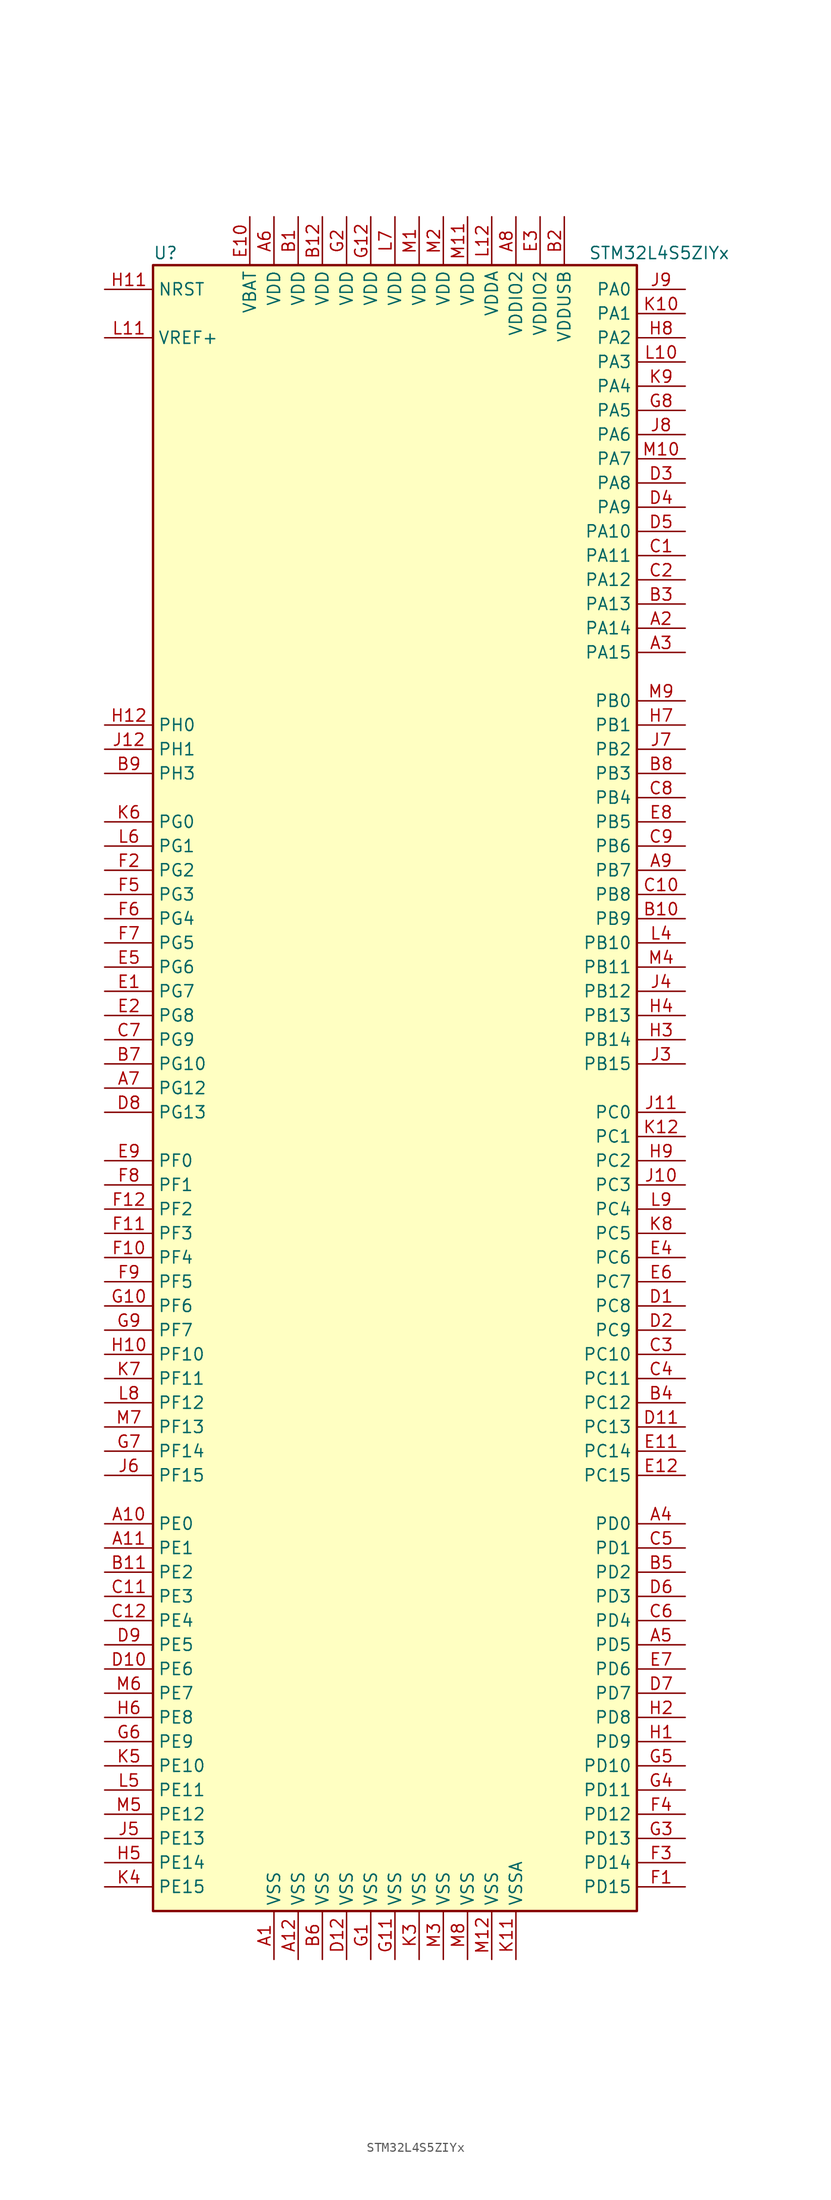
<source format=kicad_sym>
(kicad_symbol_lib
  (version 20211014)
  (generator kicad_symbol_editor)
  (symbol "STM32L4S5ZIYx"
    (property "Reference" "U"
      (at -25.4 87.63 0)
      (effects (font (size 1.27 1.27)) (justify left)))
    (property "Value" "STM32L4S5ZIYx"
      (at 20.32 87.63 0)
      (effects (font (size 1.27 1.27)) (justify left)))
    (symbol "STM32L4S5ZIYx_0_1"
      (rectangle (start -25.4 -86.36) (end 25.4 86.36) (stroke (width 0.254) (type default) (color 0 0 0 0)) (fill (type background))))
    (symbol "STM32L4S5ZIYx_1_1"
      (pin power_in line (at -12.7 -91.44 90) (length 5.08) (name "VSS" (effects (font (size 1.27 1.27)))) (number "A1" (effects (font (size 1.27 1.27)))))
      (pin bidirectional line (at -30.48 -45.72 0) (length 5.08) (name "PE0" (effects (font (size 1.27 1.27)))) (number "A10" (effects (font (size 1.27 1.27)))))
      (pin bidirectional line (at -30.48 -48.26 0) (length 5.08) (name "PE1" (effects (font (size 1.27 1.27)))) (number "A11" (effects (font (size 1.27 1.27)))))
      (pin power_in line (at -10.16 -91.44 90) (length 5.08) (name "VSS" (effects (font (size 1.27 1.27)))) (number "A12" (effects (font (size 1.27 1.27)))))
      (pin bidirectional line (at 30.48 48.26 180) (length 5.08) (name "PA14" (effects (font (size 1.27 1.27)))) (number "A2" (effects (font (size 1.27 1.27)))))
      (pin bidirectional line (at 30.48 45.72 180) (length 5.08) (name "PA15" (effects (font (size 1.27 1.27)))) (number "A3" (effects (font (size 1.27 1.27)))))
      (pin bidirectional line (at 30.48 -45.72 180) (length 5.08) (name "PD0" (effects (font (size 1.27 1.27)))) (number "A4" (effects (font (size 1.27 1.27)))))
      (pin bidirectional line (at 30.48 -58.42 180) (length 5.08) (name "PD5" (effects (font (size 1.27 1.27)))) (number "A5" (effects (font (size 1.27 1.27)))))
      (pin power_in line (at -12.7 91.44 270) (length 5.08) (name "VDD" (effects (font (size 1.27 1.27)))) (number "A6" (effects (font (size 1.27 1.27)))))
      (pin bidirectional line (at -30.48 0 0) (length 5.08) (name "PG12" (effects (font (size 1.27 1.27)))) (number "A7" (effects (font (size 1.27 1.27)))))
      (pin power_in line (at 12.7 91.44 270) (length 5.08) (name "VDDIO2" (effects (font (size 1.27 1.27)))) (number "A8" (effects (font (size 1.27 1.27)))))
      (pin bidirectional line (at 30.48 22.86 180) (length 5.08) (name "PB7" (effects (font (size 1.27 1.27)))) (number "A9" (effects (font (size 1.27 1.27)))))
      (pin power_in line (at -10.16 91.44 270) (length 5.08) (name "VDD" (effects (font (size 1.27 1.27)))) (number "B1" (effects (font (size 1.27 1.27)))))
      (pin bidirectional line (at 30.48 17.78 180) (length 5.08) (name "PB9" (effects (font (size 1.27 1.27)))) (number "B10" (effects (font (size 1.27 1.27)))))
      (pin bidirectional line (at -30.48 -50.8 0) (length 5.08) (name "PE2" (effects (font (size 1.27 1.27)))) (number "B11" (effects (font (size 1.27 1.27)))))
      (pin power_in line (at -7.62 91.44 270) (length 5.08) (name "VDD" (effects (font (size 1.27 1.27)))) (number "B12" (effects (font (size 1.27 1.27)))))
      (pin power_in line (at 17.78 91.44 270) (length 5.08) (name "VDDUSB" (effects (font (size 1.27 1.27)))) (number "B2" (effects (font (size 1.27 1.27)))))
      (pin bidirectional line (at 30.48 50.8 180) (length 5.08) (name "PA13" (effects (font (size 1.27 1.27)))) (number "B3" (effects (font (size 1.27 1.27)))))
      (pin bidirectional line (at 30.48 -33.02 180) (length 5.08) (name "PC12" (effects (font (size 1.27 1.27)))) (number "B4" (effects (font (size 1.27 1.27)))))
      (pin bidirectional line (at 30.48 -50.8 180) (length 5.08) (name "PD2" (effects (font (size 1.27 1.27)))) (number "B5" (effects (font (size 1.27 1.27)))))
      (pin power_in line (at -7.62 -91.44 90) (length 5.08) (name "VSS" (effects (font (size 1.27 1.27)))) (number "B6" (effects (font (size 1.27 1.27)))))
      (pin bidirectional line (at -30.48 2.54 0) (length 5.08) (name "PG10" (effects (font (size 1.27 1.27)))) (number "B7" (effects (font (size 1.27 1.27)))))
      (pin bidirectional line (at 30.48 33.02 180) (length 5.08) (name "PB3" (effects (font (size 1.27 1.27)))) (number "B8" (effects (font (size 1.27 1.27)))))
      (pin bidirectional line (at -30.48 33.02 0) (length 5.08) (name "PH3" (effects (font (size 1.27 1.27)))) (number "B9" (effects (font (size 1.27 1.27)))))
      (pin bidirectional line (at 30.48 55.88 180) (length 5.08) (name "PA11" (effects (font (size 1.27 1.27)))) (number "C1" (effects (font (size 1.27 1.27)))))
      (pin bidirectional line (at 30.48 20.32 180) (length 5.08) (name "PB8" (effects (font (size 1.27 1.27)))) (number "C10" (effects (font (size 1.27 1.27)))))
      (pin bidirectional line (at -30.48 -53.34 0) (length 5.08) (name "PE3" (effects (font (size 1.27 1.27)))) (number "C11" (effects (font (size 1.27 1.27)))))
      (pin bidirectional line (at -30.48 -55.88 0) (length 5.08) (name "PE4" (effects (font (size 1.27 1.27)))) (number "C12" (effects (font (size 1.27 1.27)))))
      (pin bidirectional line (at 30.48 53.34 180) (length 5.08) (name "PA12" (effects (font (size 1.27 1.27)))) (number "C2" (effects (font (size 1.27 1.27)))))
      (pin bidirectional line (at 30.48 -27.94 180) (length 5.08) (name "PC10" (effects (font (size 1.27 1.27)))) (number "C3" (effects (font (size 1.27 1.27)))))
      (pin bidirectional line (at 30.48 -30.48 180) (length 5.08) (name "PC11" (effects (font (size 1.27 1.27)))) (number "C4" (effects (font (size 1.27 1.27)))))
      (pin bidirectional line (at 30.48 -48.26 180) (length 5.08) (name "PD1" (effects (font (size 1.27 1.27)))) (number "C5" (effects (font (size 1.27 1.27)))))
      (pin bidirectional line (at 30.48 -55.88 180) (length 5.08) (name "PD4" (effects (font (size 1.27 1.27)))) (number "C6" (effects (font (size 1.27 1.27)))))
      (pin bidirectional line (at -30.48 5.08 0) (length 5.08) (name "PG9" (effects (font (size 1.27 1.27)))) (number "C7" (effects (font (size 1.27 1.27)))))
      (pin bidirectional line (at 30.48 30.48 180) (length 5.08) (name "PB4" (effects (font (size 1.27 1.27)))) (number "C8" (effects (font (size 1.27 1.27)))))
      (pin bidirectional line (at 30.48 25.4 180) (length 5.08) (name "PB6" (effects (font (size 1.27 1.27)))) (number "C9" (effects (font (size 1.27 1.27)))))
      (pin bidirectional line (at 30.48 -22.86 180) (length 5.08) (name "PC8" (effects (font (size 1.27 1.27)))) (number "D1" (effects (font (size 1.27 1.27)))))
      (pin bidirectional line (at -30.48 -60.96 0) (length 5.08) (name "PE6" (effects (font (size 1.27 1.27)))) (number "D10" (effects (font (size 1.27 1.27)))))
      (pin bidirectional line (at 30.48 -35.56 180) (length 5.08) (name "PC13" (effects (font (size 1.27 1.27)))) (number "D11" (effects (font (size 1.27 1.27)))))
      (pin power_in line (at -5.08 -91.44 90) (length 5.08) (name "VSS" (effects (font (size 1.27 1.27)))) (number "D12" (effects (font (size 1.27 1.27)))))
      (pin bidirectional line (at 30.48 -25.4 180) (length 5.08) (name "PC9" (effects (font (size 1.27 1.27)))) (number "D2" (effects (font (size 1.27 1.27)))))
      (pin bidirectional line (at 30.48 63.5 180) (length 5.08) (name "PA8" (effects (font (size 1.27 1.27)))) (number "D3" (effects (font (size 1.27 1.27)))))
      (pin bidirectional line (at 30.48 60.96 180) (length 5.08) (name "PA9" (effects (font (size 1.27 1.27)))) (number "D4" (effects (font (size 1.27 1.27)))))
      (pin bidirectional line (at 30.48 58.42 180) (length 5.08) (name "PA10" (effects (font (size 1.27 1.27)))) (number "D5" (effects (font (size 1.27 1.27)))))
      (pin bidirectional line (at 30.48 -53.34 180) (length 5.08) (name "PD3" (effects (font (size 1.27 1.27)))) (number "D6" (effects (font (size 1.27 1.27)))))
      (pin bidirectional line (at 30.48 -63.5 180) (length 5.08) (name "PD7" (effects (font (size 1.27 1.27)))) (number "D7" (effects (font (size 1.27 1.27)))))
      (pin bidirectional line (at -30.48 -2.54 0) (length 5.08) (name "PG13" (effects (font (size 1.27 1.27)))) (number "D8" (effects (font (size 1.27 1.27)))))
      (pin bidirectional line (at -30.48 -58.42 0) (length 5.08) (name "PE5" (effects (font (size 1.27 1.27)))) (number "D9" (effects (font (size 1.27 1.27)))))
      (pin bidirectional line (at -30.48 10.16 0) (length 5.08) (name "PG7" (effects (font (size 1.27 1.27)))) (number "E1" (effects (font (size 1.27 1.27)))))
      (pin power_in line (at -15.24 91.44 270) (length 5.08) (name "VBAT" (effects (font (size 1.27 1.27)))) (number "E10" (effects (font (size 1.27 1.27)))))
      (pin bidirectional line (at 30.48 -38.1 180) (length 5.08) (name "PC14" (effects (font (size 1.27 1.27)))) (number "E11" (effects (font (size 1.27 1.27)))))
      (pin bidirectional line (at 30.48 -40.64 180) (length 5.08) (name "PC15" (effects (font (size 1.27 1.27)))) (number "E12" (effects (font (size 1.27 1.27)))))
      (pin bidirectional line (at -30.48 7.62 0) (length 5.08) (name "PG8" (effects (font (size 1.27 1.27)))) (number "E2" (effects (font (size 1.27 1.27)))))
      (pin power_in line (at 15.24 91.44 270) (length 5.08) (name "VDDIO2" (effects (font (size 1.27 1.27)))) (number "E3" (effects (font (size 1.27 1.27)))))
      (pin bidirectional line (at 30.48 -17.78 180) (length 5.08) (name "PC6" (effects (font (size 1.27 1.27)))) (number "E4" (effects (font (size 1.27 1.27)))))
      (pin bidirectional line (at -30.48 12.7 0) (length 5.08) (name "PG6" (effects (font (size 1.27 1.27)))) (number "E5" (effects (font (size 1.27 1.27)))))
      (pin bidirectional line (at 30.48 -20.32 180) (length 5.08) (name "PC7" (effects (font (size 1.27 1.27)))) (number "E6" (effects (font (size 1.27 1.27)))))
      (pin bidirectional line (at 30.48 -60.96 180) (length 5.08) (name "PD6" (effects (font (size 1.27 1.27)))) (number "E7" (effects (font (size 1.27 1.27)))))
      (pin bidirectional line (at 30.48 27.94 180) (length 5.08) (name "PB5" (effects (font (size 1.27 1.27)))) (number "E8" (effects (font (size 1.27 1.27)))))
      (pin bidirectional line (at -30.48 -7.62 0) (length 5.08) (name "PF0" (effects (font (size 1.27 1.27)))) (number "E9" (effects (font (size 1.27 1.27)))))
      (pin bidirectional line (at 30.48 -83.82 180) (length 5.08) (name "PD15" (effects (font (size 1.27 1.27)))) (number "F1" (effects (font (size 1.27 1.27)))))
      (pin bidirectional line (at -30.48 -17.78 0) (length 5.08) (name "PF4" (effects (font (size 1.27 1.27)))) (number "F10" (effects (font (size 1.27 1.27)))))
      (pin bidirectional line (at -30.48 -15.24 0) (length 5.08) (name "PF3" (effects (font (size 1.27 1.27)))) (number "F11" (effects (font (size 1.27 1.27)))))
      (pin bidirectional line (at -30.48 -12.7 0) (length 5.08) (name "PF2" (effects (font (size 1.27 1.27)))) (number "F12" (effects (font (size 1.27 1.27)))))
      (pin bidirectional line (at -30.48 22.86 0) (length 5.08) (name "PG2" (effects (font (size 1.27 1.27)))) (number "F2" (effects (font (size 1.27 1.27)))))
      (pin bidirectional line (at 30.48 -81.28 180) (length 5.08) (name "PD14" (effects (font (size 1.27 1.27)))) (number "F3" (effects (font (size 1.27 1.27)))))
      (pin bidirectional line (at 30.48 -76.2 180) (length 5.08) (name "PD12" (effects (font (size 1.27 1.27)))) (number "F4" (effects (font (size 1.27 1.27)))))
      (pin bidirectional line (at -30.48 20.32 0) (length 5.08) (name "PG3" (effects (font (size 1.27 1.27)))) (number "F5" (effects (font (size 1.27 1.27)))))
      (pin bidirectional line (at -30.48 17.78 0) (length 5.08) (name "PG4" (effects (font (size 1.27 1.27)))) (number "F6" (effects (font (size 1.27 1.27)))))
      (pin bidirectional line (at -30.48 15.24 0) (length 5.08) (name "PG5" (effects (font (size 1.27 1.27)))) (number "F7" (effects (font (size 1.27 1.27)))))
      (pin bidirectional line (at -30.48 -10.16 0) (length 5.08) (name "PF1" (effects (font (size 1.27 1.27)))) (number "F8" (effects (font (size 1.27 1.27)))))
      (pin bidirectional line (at -30.48 -20.32 0) (length 5.08) (name "PF5" (effects (font (size 1.27 1.27)))) (number "F9" (effects (font (size 1.27 1.27)))))
      (pin power_in line (at -2.54 -91.44 90) (length 5.08) (name "VSS" (effects (font (size 1.27 1.27)))) (number "G1" (effects (font (size 1.27 1.27)))))
      (pin bidirectional line (at -30.48 -22.86 0) (length 5.08) (name "PF6" (effects (font (size 1.27 1.27)))) (number "G10" (effects (font (size 1.27 1.27)))))
      (pin power_in line (at 0 -91.44 90) (length 5.08) (name "VSS" (effects (font (size 1.27 1.27)))) (number "G11" (effects (font (size 1.27 1.27)))))
      (pin power_in line (at -2.54 91.44 270) (length 5.08) (name "VDD" (effects (font (size 1.27 1.27)))) (number "G12" (effects (font (size 1.27 1.27)))))
      (pin power_in line (at -5.08 91.44 270) (length 5.08) (name "VDD" (effects (font (size 1.27 1.27)))) (number "G2" (effects (font (size 1.27 1.27)))))
      (pin bidirectional line (at 30.48 -78.74 180) (length 5.08) (name "PD13" (effects (font (size 1.27 1.27)))) (number "G3" (effects (font (size 1.27 1.27)))))
      (pin bidirectional line (at 30.48 -73.66 180) (length 5.08) (name "PD11" (effects (font (size 1.27 1.27)))) (number "G4" (effects (font (size 1.27 1.27)))))
      (pin bidirectional line (at 30.48 -71.12 180) (length 5.08) (name "PD10" (effects (font (size 1.27 1.27)))) (number "G5" (effects (font (size 1.27 1.27)))))
      (pin bidirectional line (at -30.48 -68.58 0) (length 5.08) (name "PE9" (effects (font (size 1.27 1.27)))) (number "G6" (effects (font (size 1.27 1.27)))))
      (pin bidirectional line (at -30.48 -38.1 0) (length 5.08) (name "PF14" (effects (font (size 1.27 1.27)))) (number "G7" (effects (font (size 1.27 1.27)))))
      (pin bidirectional line (at 30.48 71.12 180) (length 5.08) (name "PA5" (effects (font (size 1.27 1.27)))) (number "G8" (effects (font (size 1.27 1.27)))))
      (pin bidirectional line (at -30.48 -25.4 0) (length 5.08) (name "PF7" (effects (font (size 1.27 1.27)))) (number "G9" (effects (font (size 1.27 1.27)))))
      (pin bidirectional line (at 30.48 -68.58 180) (length 5.08) (name "PD9" (effects (font (size 1.27 1.27)))) (number "H1" (effects (font (size 1.27 1.27)))))
      (pin bidirectional line (at -30.48 -27.94 0) (length 5.08) (name "PF10" (effects (font (size 1.27 1.27)))) (number "H10" (effects (font (size 1.27 1.27)))))
      (pin input line (at -30.48 83.82 0) (length 5.08) (name "NRST" (effects (font (size 1.27 1.27)))) (number "H11" (effects (font (size 1.27 1.27)))))
      (pin input line (at -30.48 38.1 0) (length 5.08) (name "PH0" (effects (font (size 1.27 1.27)))) (number "H12" (effects (font (size 1.27 1.27)))))
      (pin bidirectional line (at 30.48 -66.04 180) (length 5.08) (name "PD8" (effects (font (size 1.27 1.27)))) (number "H2" (effects (font (size 1.27 1.27)))))
      (pin bidirectional line (at 30.48 5.08 180) (length 5.08) (name "PB14" (effects (font (size 1.27 1.27)))) (number "H3" (effects (font (size 1.27 1.27)))))
      (pin bidirectional line (at 30.48 7.62 180) (length 5.08) (name "PB13" (effects (font (size 1.27 1.27)))) (number "H4" (effects (font (size 1.27 1.27)))))
      (pin bidirectional line (at -30.48 -81.28 0) (length 5.08) (name "PE14" (effects (font (size 1.27 1.27)))) (number "H5" (effects (font (size 1.27 1.27)))))
      (pin bidirectional line (at -30.48 -66.04 0) (length 5.08) (name "PE8" (effects (font (size 1.27 1.27)))) (number "H6" (effects (font (size 1.27 1.27)))))
      (pin bidirectional line (at 30.48 38.1 180) (length 5.08) (name "PB1" (effects (font (size 1.27 1.27)))) (number "H7" (effects (font (size 1.27 1.27)))))
      (pin bidirectional line (at 30.48 78.74 180) (length 5.08) (name "PA2" (effects (font (size 1.27 1.27)))) (number "H8" (effects (font (size 1.27 1.27)))))
      (pin bidirectional line (at 30.48 -7.62 180) (length 5.08) (name "PC2" (effects (font (size 1.27 1.27)))) (number "H9" (effects (font (size 1.27 1.27)))))
      (pin no_connect line (at -25.4 -83.82 0) (length 5.08) hide (name "NC" (effects (font (size 1.27 1.27)))) (number "J1" (effects (font (size 1.27 1.27)))))
      (pin bidirectional line (at 30.48 -10.16 180) (length 5.08) (name "PC3" (effects (font (size 1.27 1.27)))) (number "J10" (effects (font (size 1.27 1.27)))))
      (pin bidirectional line (at 30.48 -2.54 180) (length 5.08) (name "PC0" (effects (font (size 1.27 1.27)))) (number "J11" (effects (font (size 1.27 1.27)))))
      (pin input line (at -30.48 35.56 0) (length 5.08) (name "PH1" (effects (font (size 1.27 1.27)))) (number "J12" (effects (font (size 1.27 1.27)))))
      (pin no_connect line (at -25.4 -81.28 0) (length 5.08) hide (name "NC" (effects (font (size 1.27 1.27)))) (number "J2" (effects (font (size 1.27 1.27)))))
      (pin bidirectional line (at 30.48 2.54 180) (length 5.08) (name "PB15" (effects (font (size 1.27 1.27)))) (number "J3" (effects (font (size 1.27 1.27)))))
      (pin bidirectional line (at 30.48 10.16 180) (length 5.08) (name "PB12" (effects (font (size 1.27 1.27)))) (number "J4" (effects (font (size 1.27 1.27)))))
      (pin bidirectional line (at -30.48 -78.74 0) (length 5.08) (name "PE13" (effects (font (size 1.27 1.27)))) (number "J5" (effects (font (size 1.27 1.27)))))
      (pin bidirectional line (at -30.48 -40.64 0) (length 5.08) (name "PF15" (effects (font (size 1.27 1.27)))) (number "J6" (effects (font (size 1.27 1.27)))))
      (pin bidirectional line (at 30.48 35.56 180) (length 5.08) (name "PB2" (effects (font (size 1.27 1.27)))) (number "J7" (effects (font (size 1.27 1.27)))))
      (pin bidirectional line (at 30.48 68.58 180) (length 5.08) (name "PA6" (effects (font (size 1.27 1.27)))) (number "J8" (effects (font (size 1.27 1.27)))))
      (pin bidirectional line (at 30.48 83.82 180) (length 5.08) (name "PA0" (effects (font (size 1.27 1.27)))) (number "J9" (effects (font (size 1.27 1.27)))))
      (pin no_connect line (at -25.4 -78.74 0) (length 5.08) hide (name "NC" (effects (font (size 1.27 1.27)))) (number "K1" (effects (font (size 1.27 1.27)))))
      (pin bidirectional line (at 30.48 81.28 180) (length 5.08) (name "PA1" (effects (font (size 1.27 1.27)))) (number "K10" (effects (font (size 1.27 1.27)))))
      (pin power_in line (at 12.7 -91.44 90) (length 5.08) (name "VSSA" (effects (font (size 1.27 1.27)))) (number "K11" (effects (font (size 1.27 1.27)))))
      (pin bidirectional line (at 30.48 -5.08 180) (length 5.08) (name "PC1" (effects (font (size 1.27 1.27)))) (number "K12" (effects (font (size 1.27 1.27)))))
      (pin no_connect line (at -25.4 -76.2 0) (length 5.08) hide (name "NC" (effects (font (size 1.27 1.27)))) (number "K2" (effects (font (size 1.27 1.27)))))
      (pin power_in line (at 2.54 -91.44 90) (length 5.08) (name "VSS" (effects (font (size 1.27 1.27)))) (number "K3" (effects (font (size 1.27 1.27)))))
      (pin bidirectional line (at -30.48 -83.82 0) (length 5.08) (name "PE15" (effects (font (size 1.27 1.27)))) (number "K4" (effects (font (size 1.27 1.27)))))
      (pin bidirectional line (at -30.48 -71.12 0) (length 5.08) (name "PE10" (effects (font (size 1.27 1.27)))) (number "K5" (effects (font (size 1.27 1.27)))))
      (pin bidirectional line (at -30.48 27.94 0) (length 5.08) (name "PG0" (effects (font (size 1.27 1.27)))) (number "K6" (effects (font (size 1.27 1.27)))))
      (pin bidirectional line (at -30.48 -30.48 0) (length 5.08) (name "PF11" (effects (font (size 1.27 1.27)))) (number "K7" (effects (font (size 1.27 1.27)))))
      (pin bidirectional line (at 30.48 -15.24 180) (length 5.08) (name "PC5" (effects (font (size 1.27 1.27)))) (number "K8" (effects (font (size 1.27 1.27)))))
      (pin bidirectional line (at 30.48 73.66 180) (length 5.08) (name "PA4" (effects (font (size 1.27 1.27)))) (number "K9" (effects (font (size 1.27 1.27)))))
      (pin no_connect line (at -25.4 -73.66 0) (length 5.08) hide (name "NC" (effects (font (size 1.27 1.27)))) (number "L1" (effects (font (size 1.27 1.27)))))
      (pin bidirectional line (at 30.48 76.2 180) (length 5.08) (name "PA3" (effects (font (size 1.27 1.27)))) (number "L10" (effects (font (size 1.27 1.27)))))
      (pin bidirectional line (at -30.48 78.74 0) (length 5.08) (name "VREF+" (effects (font (size 1.27 1.27)))) (number "L11" (effects (font (size 1.27 1.27)))))
      (pin power_in line (at 10.16 91.44 270) (length 5.08) (name "VDDA" (effects (font (size 1.27 1.27)))) (number "L12" (effects (font (size 1.27 1.27)))))
      (pin no_connect line (at -25.4 -71.12 0) (length 5.08) hide (name "NC" (effects (font (size 1.27 1.27)))) (number "L2" (effects (font (size 1.27 1.27)))))
      (pin no_connect line (at -25.4 -68.58 0) (length 5.08) hide (name "NC" (effects (font (size 1.27 1.27)))) (number "L3" (effects (font (size 1.27 1.27)))))
      (pin bidirectional line (at 30.48 15.24 180) (length 5.08) (name "PB10" (effects (font (size 1.27 1.27)))) (number "L4" (effects (font (size 1.27 1.27)))))
      (pin bidirectional line (at -30.48 -73.66 0) (length 5.08) (name "PE11" (effects (font (size 1.27 1.27)))) (number "L5" (effects (font (size 1.27 1.27)))))
      (pin bidirectional line (at -30.48 25.4 0) (length 5.08) (name "PG1" (effects (font (size 1.27 1.27)))) (number "L6" (effects (font (size 1.27 1.27)))))
      (pin power_in line (at 0 91.44 270) (length 5.08) (name "VDD" (effects (font (size 1.27 1.27)))) (number "L7" (effects (font (size 1.27 1.27)))))
      (pin bidirectional line (at -30.48 -33.02 0) (length 5.08) (name "PF12" (effects (font (size 1.27 1.27)))) (number "L8" (effects (font (size 1.27 1.27)))))
      (pin bidirectional line (at 30.48 -12.7 180) (length 5.08) (name "PC4" (effects (font (size 1.27 1.27)))) (number "L9" (effects (font (size 1.27 1.27)))))
      (pin power_in line (at 2.54 91.44 270) (length 5.08) (name "VDD" (effects (font (size 1.27 1.27)))) (number "M1" (effects (font (size 1.27 1.27)))))
      (pin bidirectional line (at 30.48 66.04 180) (length 5.08) (name "PA7" (effects (font (size 1.27 1.27)))) (number "M10" (effects (font (size 1.27 1.27)))))
      (pin power_in line (at 7.62 91.44 270) (length 5.08) (name "VDD" (effects (font (size 1.27 1.27)))) (number "M11" (effects (font (size 1.27 1.27)))))
      (pin power_in line (at 10.16 -91.44 90) (length 5.08) (name "VSS" (effects (font (size 1.27 1.27)))) (number "M12" (effects (font (size 1.27 1.27)))))
      (pin power_in line (at 5.08 91.44 270) (length 5.08) (name "VDD" (effects (font (size 1.27 1.27)))) (number "M2" (effects (font (size 1.27 1.27)))))
      (pin power_in line (at 5.08 -91.44 90) (length 5.08) (name "VSS" (effects (font (size 1.27 1.27)))) (number "M3" (effects (font (size 1.27 1.27)))))
      (pin bidirectional line (at 30.48 12.7 180) (length 5.08) (name "PB11" (effects (font (size 1.27 1.27)))) (number "M4" (effects (font (size 1.27 1.27)))))
      (pin bidirectional line (at -30.48 -76.2 0) (length 5.08) (name "PE12" (effects (font (size 1.27 1.27)))) (number "M5" (effects (font (size 1.27 1.27)))))
      (pin bidirectional line (at -30.48 -63.5 0) (length 5.08) (name "PE7" (effects (font (size 1.27 1.27)))) (number "M6" (effects (font (size 1.27 1.27)))))
      (pin bidirectional line (at -30.48 -35.56 0) (length 5.08) (name "PF13" (effects (font (size 1.27 1.27)))) (number "M7" (effects (font (size 1.27 1.27)))))
      (pin power_in line (at 7.62 -91.44 90) (length 5.08) (name "VSS" (effects (font (size 1.27 1.27)))) (number "M8" (effects (font (size 1.27 1.27)))))
      (pin bidirectional line (at 30.48 40.64 180) (length 5.08) (name "PB0" (effects (font (size 1.27 1.27)))) (number "M9" (effects (font (size 1.27 1.27))))))))
</source>
